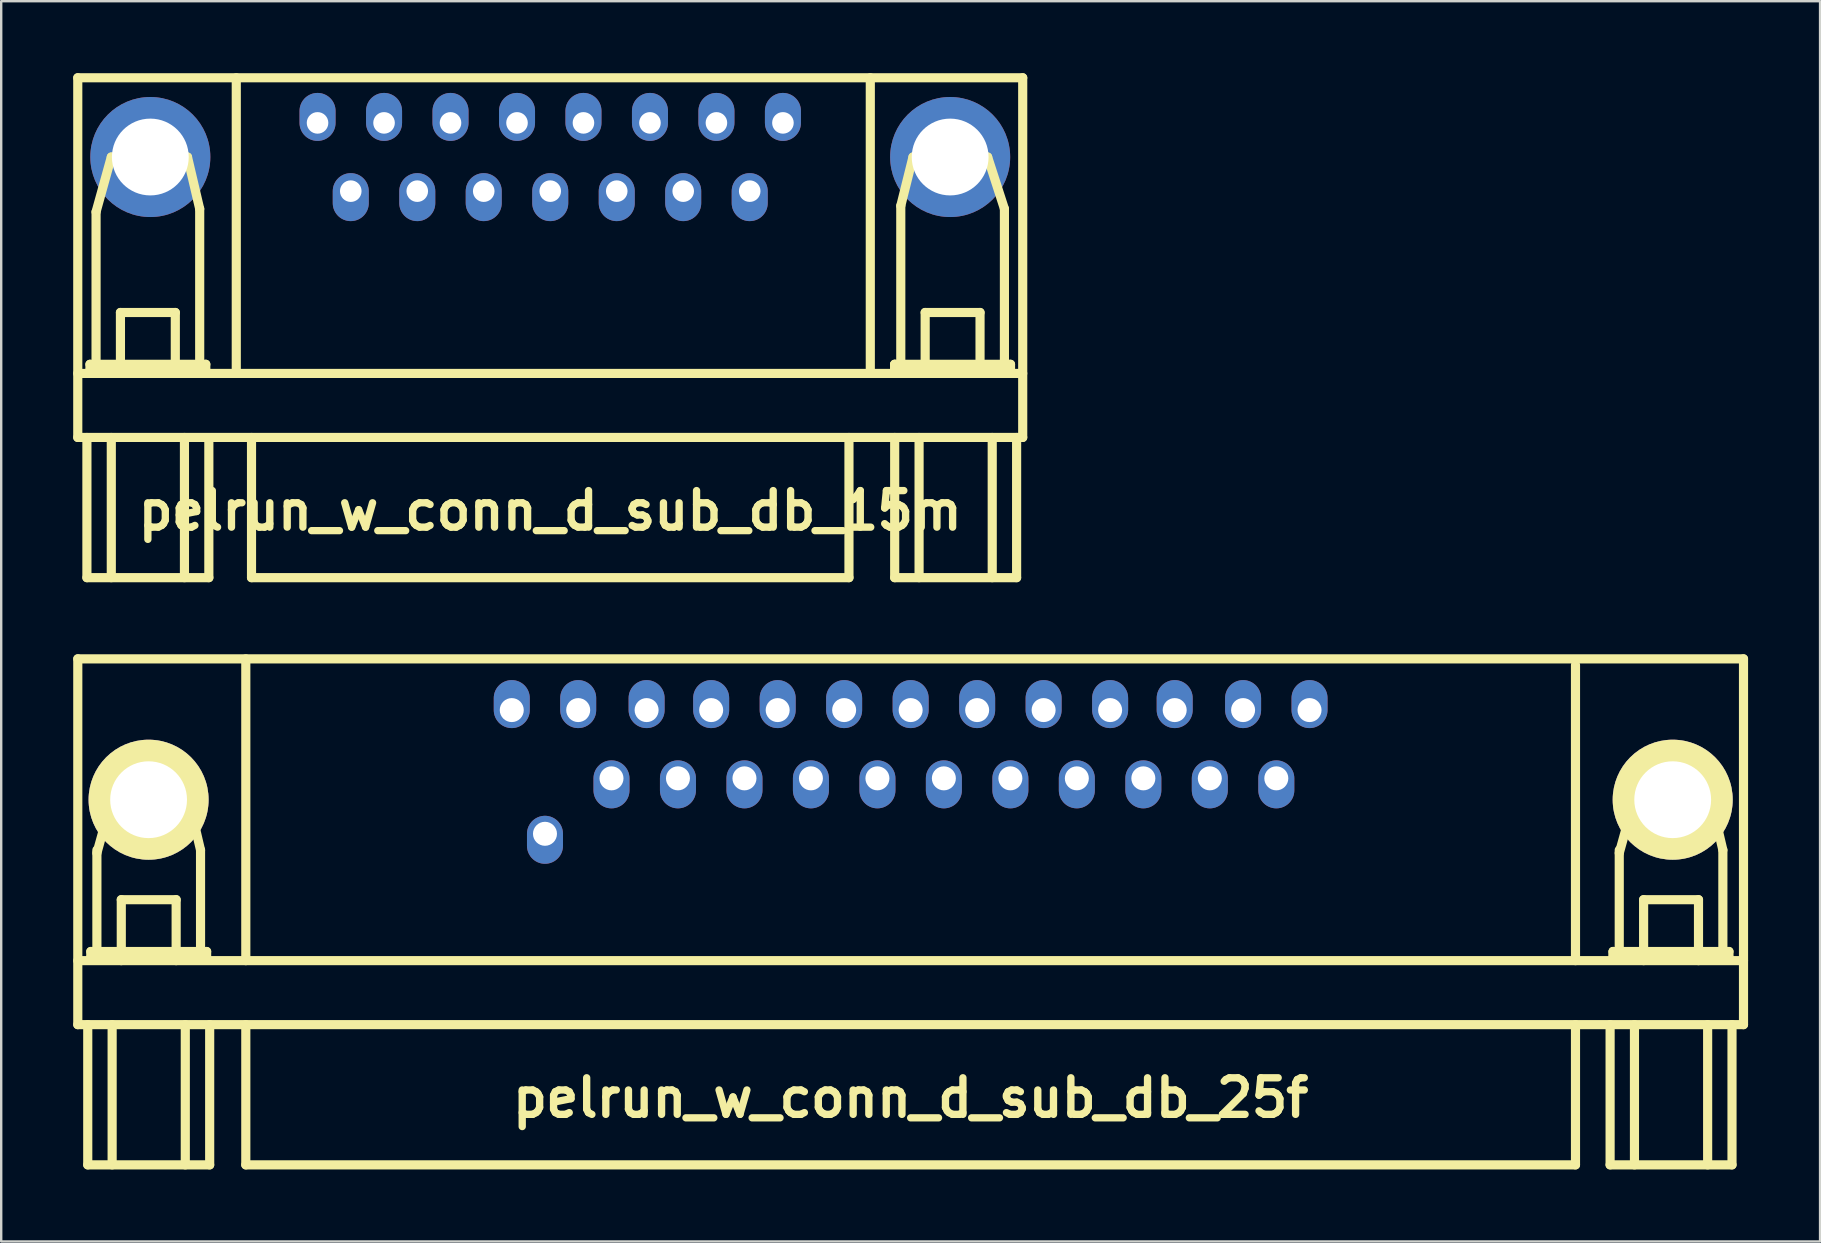
<source format=kicad_pcb>
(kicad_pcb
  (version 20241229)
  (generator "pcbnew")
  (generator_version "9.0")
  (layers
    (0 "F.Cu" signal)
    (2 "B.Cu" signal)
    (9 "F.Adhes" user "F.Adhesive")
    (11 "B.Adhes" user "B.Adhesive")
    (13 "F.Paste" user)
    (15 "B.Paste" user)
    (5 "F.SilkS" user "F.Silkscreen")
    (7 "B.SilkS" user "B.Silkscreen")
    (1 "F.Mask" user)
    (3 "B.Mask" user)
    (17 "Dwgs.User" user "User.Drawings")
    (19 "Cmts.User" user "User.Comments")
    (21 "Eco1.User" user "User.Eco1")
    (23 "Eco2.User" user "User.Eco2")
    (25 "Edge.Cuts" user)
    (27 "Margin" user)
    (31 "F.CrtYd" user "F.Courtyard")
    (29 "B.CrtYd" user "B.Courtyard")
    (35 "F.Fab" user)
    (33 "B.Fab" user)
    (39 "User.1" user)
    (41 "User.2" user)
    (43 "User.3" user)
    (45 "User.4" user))
  (footprint "pelrun_w_conn_d_sub_db_25f"
    (layer "F.Cu")
    (at 34.891 35.069)
    (property "Reference" "pelrun_w_conn_d_sub_db_25f" (at 0 7.62 0) (layer "F.SilkS") (effects (font (size 1.524 1.524) (thickness 0.305))))
    (attr through_hole)
    (fp_line (start -34.7 -10.67) (end -34.7 4.572) (stroke (width 0.381) (type solid)) (layer "F.SilkS"))
    (fp_line (start -34.7 1.905) (end 34.7 1.905) (stroke (width 0.381) (type solid)) (layer "F.SilkS"))
    (fp_line (start -34.285 4.572) (end -34.285 10.414) (stroke (width 0.381) (type solid)) (layer "F.SilkS"))
    (fp_line (start -34.285 10.414) (end -29.205 10.414) (stroke (width 0.381) (type solid)) (layer "F.SilkS"))
    (fp_line (start -34.158 1.524) (end -34.158 1.778) (stroke (width 0.381) (type solid)) (layer "F.SilkS"))
    (fp_line (start -34.158 1.778) (end -29.332 1.778) (stroke (width 0.381) (type solid)) (layer "F.SilkS"))
    (fp_line (start -33.904 -2.576) (end -33.269 -4.862) (stroke (width 0.381) (type solid)) (layer "F.SilkS"))
    (fp_line (start -33.904 1.524) (end -33.904 -2.703) (stroke (width 0.381) (type solid)) (layer "F.SilkS"))
    (fp_line (start -33.269 -4.862) (end -30.094 -4.862) (stroke (width 0.381) (type solid)) (layer "F.SilkS"))
    (fp_line (start -33.269 4.572) (end -33.269 10.414) (stroke (width 0.381) (type solid)) (layer "F.SilkS"))
    (fp_line (start -32.888 -0.635) (end -30.602 -0.635) (stroke (width 0.381) (type solid)) (layer "F.SilkS"))
    (fp_line (start -32.888 1.905) (end -32.888 -0.635) (stroke (width 0.381) (type solid)) (layer "F.SilkS"))
    (fp_line (start -30.602 -0.635) (end -30.602 1.905) (stroke (width 0.381) (type solid)) (layer "F.SilkS"))
    (fp_line (start -30.221 4.572) (end -30.221 10.414) (stroke (width 0.381) (type solid)) (layer "F.SilkS"))
    (fp_line (start -30.094 -4.862) (end -29.586 -2.703) (stroke (width 0.381) (type solid)) (layer "F.SilkS"))
    (fp_line (start -29.586 -2.703) (end -29.586 1.524) (stroke (width 0.381) (type solid)) (layer "F.SilkS"))
    (fp_line (start -29.332 1.524) (end -34.158 1.524) (stroke (width 0.381) (type solid)) (layer "F.SilkS"))
    (fp_line (start -29.332 1.778) (end -29.332 1.524) (stroke (width 0.381) (type solid)) (layer "F.SilkS"))
    (fp_line (start -29.205 4.572) (end -29.205 10.414) (stroke (width 0.381) (type solid)) (layer "F.SilkS"))
    (fp_line (start -27.7 1.905) (end -27.7 -10.668) (stroke (width 0.381) (type solid)) (layer "F.SilkS"))
    (fp_line (start -27.7 4.572) (end -27.7 10.414) (stroke (width 0.381) (type solid)) (layer "F.SilkS"))
    (fp_line (start 27.7 1.905) (end 27.7 -10.414) (stroke (width 0.381) (type solid)) (layer "F.SilkS"))
    (fp_line (start 27.7 10.414) (end -27.7 10.414) (stroke (width 0.381) (type solid)) (layer "F.SilkS"))
    (fp_line (start 27.7 10.414) (end 27.7 4.572) (stroke (width 0.381) (type solid)) (layer "F.SilkS"))
    (fp_line (start 29.142 4.572) (end 29.142 10.414) (stroke (width 0.381) (type solid)) (layer "F.SilkS"))
    (fp_line (start 29.142 10.414) (end 34.221 10.414) (stroke (width 0.381) (type solid)) (layer "F.SilkS"))
    (fp_line (start 29.268 1.524) (end 29.268 1.778) (stroke (width 0.381) (type solid)) (layer "F.SilkS"))
    (fp_line (start 29.268 1.524) (end 29.268 1.778) (stroke (width 0.381) (type solid)) (layer "F.SilkS"))
    (fp_line (start 29.268 1.778) (end 34.094 1.778) (stroke (width 0.381) (type solid)) (layer "F.SilkS"))
    (fp_line (start 29.523 -2.576) (end 30.157 -4.862) (stroke (width 0.381) (type solid)) (layer "F.SilkS"))
    (fp_line (start 29.523 1.524) (end 29.523 -2.703) (stroke (width 0.381) (type solid)) (layer "F.SilkS"))
    (fp_line (start 30.157 -4.862) (end 33.333 -4.862) (stroke (width 0.381) (type solid)) (layer "F.SilkS"))
    (fp_line (start 30.157 4.572) (end 30.157 10.414) (stroke (width 0.381) (type solid)) (layer "F.SilkS"))
    (fp_line (start 30.538 -0.635) (end 32.825 -0.635) (stroke (width 0.381) (type solid)) (layer "F.SilkS"))
    (fp_line (start 30.538 1.905) (end 30.538 -0.635) (stroke (width 0.381) (type solid)) (layer "F.SilkS"))
    (fp_line (start 32.825 -0.635) (end 32.825 1.905) (stroke (width 0.381) (type solid)) (layer "F.SilkS"))
    (fp_line (start 33.206 4.572) (end 33.206 10.414) (stroke (width 0.381) (type solid)) (layer "F.SilkS"))
    (fp_line (start 33.333 -4.862) (end 33.84 -2.703) (stroke (width 0.381) (type solid)) (layer "F.SilkS"))
    (fp_line (start 33.84 -2.703) (end 33.84 1.524) (stroke (width 0.381) (type solid)) (layer "F.SilkS"))
    (fp_line (start 34.094 1.524) (end 29.268 1.524) (stroke (width 0.381) (type solid)) (layer "F.SilkS"))
    (fp_line (start 34.094 1.778) (end 34.094 1.524) (stroke (width 0.381) (type solid)) (layer "F.SilkS"))
    (fp_line (start 34.221 4.572) (end 34.221 10.414) (stroke (width 0.381) (type solid)) (layer "F.SilkS"))
    (fp_line (start 34.7 -10.67) (end 34.7 4.572) (stroke (width 0.381) (type solid)) (layer "F.SilkS"))
    (fp_line (start 34.7 -10.668) (end -34.7 -10.668) (stroke (width 0.381) (type solid)) (layer "F.SilkS"))
    (fp_line (start 34.7 4.572) (end -34.7 4.572) (stroke (width 0.381) (type solid)) (layer "F.SilkS"))
    (pad "" thru_hole circle (at -31.75 -4.8) (size 5 5) (drill 3.2) (layers "*.Cu" "*.Mask" "F.SilkS"))
    (pad "" thru_hole circle (at 31.75 -4.8) (size 5 5) (drill 3.2) (layers "*.Cu" "*.Mask" "F.SilkS"))
    (pad "1" thru_hole oval (at 16.619 -8.534) (size 1.5 2) (drill 1 (offset 0 -0.25)) (layers "*.Cu" "*.Mask"))
    (pad "2" thru_hole oval (at 13.851 -8.534) (size 1.5 2) (drill 1 (offset 0 -0.25)) (layers "*.Cu" "*.Mask"))
    (pad "3" thru_hole oval (at 11.001 -8.534) (size 1.5 2) (drill 1 (offset 0 -0.25)) (layers "*.Cu" "*.Mask"))
    (pad "4" thru_hole oval (at 8.311 -8.534) (size 1.5 2) (drill 1 (offset 0 -0.25)) (layers "*.Cu" "*.Mask"))
    (pad "5" thru_hole oval (at 5.54 -8.534) (size 1.5 2) (drill 1 (offset 0 -0.25)) (layers "*.Cu" "*.Mask"))
    (pad "6" thru_hole oval (at 2.771 -8.534) (size 1.5 2) (drill 1 (offset 0 -0.25)) (layers "*.Cu" "*.Mask"))
    (pad "7" thru_hole oval (at 0 -8.534) (size 1.5 2) (drill 1 (offset 0 -0.25)) (layers "*.Cu" "*.Mask"))
    (pad "8" thru_hole oval (at -2.771 -8.534) (size 1.5 2) (drill 1 (offset 0 -0.25)) (layers "*.Cu" "*.Mask"))
    (pad "9" thru_hole oval (at -5.54 -8.534) (size 1.5 2) (drill 1 (offset 0 -0.25)) (layers "*.Cu" "*.Mask"))
    (pad "10" thru_hole oval (at -8.311 -8.534) (size 1.5 2) (drill 1 (offset 0 -0.25)) (layers "*.Cu" "*.Mask"))
    (pad "11" thru_hole oval (at -11.001 -8.534) (size 1.5 2) (drill 1 (offset 0 -0.25)) (layers "*.Cu" "*.Mask"))
    (pad "12" thru_hole oval (at -13.851 -8.534) (size 1.5 2) (drill 1 (offset 0 -0.25)) (layers "*.Cu" "*.Mask"))
    (pad "13" thru_hole oval (at -16.619 -8.534) (size 1.5 2) (drill 1 (offset 0 -0.25)) (layers "*.Cu" "*.Mask"))
    (pad "14" thru_hole oval (at 15.235 -5.69) (size 1.5 2) (drill 1 (offset 0 0.25)) (layers "*.Cu" "*.Mask"))
    (pad "15" thru_hole oval (at 12.464 -5.69) (size 1.5 2) (drill 1 (offset 0 0.25)) (layers "*.Cu" "*.Mask"))
    (pad "16" thru_hole oval (at 9.695 -5.69) (size 1.5 2) (drill 1 (offset 0 0.25)) (layers "*.Cu" "*.Mask"))
    (pad "17" thru_hole oval (at 6.924 -5.69) (size 1.5 2) (drill 1 (offset 0 0.25)) (layers "*.Cu" "*.Mask"))
    (pad "18" thru_hole oval (at 4.155 -5.69) (size 1.5 2) (drill 1 (offset 0 0.25)) (layers "*.Cu" "*.Mask"))
    (pad "19" thru_hole oval (at 1.384 -5.69) (size 1.5 2) (drill 1 (offset 0 0.25)) (layers "*.Cu" "*.Mask"))
    (pad "20" thru_hole oval (at -1.384 -5.69) (size 1.5 2) (drill 1 (offset 0 0.25)) (layers "*.Cu" "*.Mask"))
    (pad "21" thru_hole oval (at -4.155 -5.69) (size 1.5 2) (drill 1 (offset 0 0.25)) (layers "*.Cu" "*.Mask"))
    (pad "22" thru_hole oval (at -6.924 -5.69) (size 1.5 2) (drill 1 (offset 0 0.25)) (layers "*.Cu" "*.Mask"))
    (pad "23" thru_hole oval (at -9.695 -5.69) (size 1.5 2) (drill 1 (offset 0 0.25)) (layers "*.Cu" "*.Mask"))
    (pad "24" thru_hole oval (at -12.464 -5.69) (size 1.5 2) (drill 1 (offset 0 0.25)) (layers "*.Cu" "*.Mask"))
    (pad "25" thru_hole oval (at -15.235 -3.38) (size 1.5 2) (drill 1 (offset 0 0.25)) (layers "*.Cu" "*.Mask")))
  (footprint "pelrun_w_conn_d_sub_db_15m"
    (layer "F.Cu")
    (at 19.875 10.604)
    (property "Reference" "pelrun_w_conn_d_sub_db_15m" (at 0 7.62 0) (layer "F.SilkS") (effects (font (size 1.524 1.524) (thickness 0.305))))
    (attr through_hole)
    (fp_line (start -19.685 -10.414) (end -19.685 4.572) (stroke (width 0.381) (type solid)) (layer "F.SilkS"))
    (fp_line (start -19.685 4.572) (end 19.685 4.572) (stroke (width 0.381) (type solid)) (layer "F.SilkS"))
    (fp_line (start -19.304 4.572) (end -19.304 10.414) (stroke (width 0.381) (type solid)) (layer "F.SilkS"))
    (fp_line (start -19.304 10.414) (end -14.224 10.414) (stroke (width 0.381) (type solid)) (layer "F.SilkS"))
    (fp_line (start -19.177 1.524) (end -19.177 1.778) (stroke (width 0.381) (type solid)) (layer "F.SilkS"))
    (fp_line (start -19.177 1.778) (end -14.351 1.778) (stroke (width 0.381) (type solid)) (layer "F.SilkS"))
    (fp_line (start -18.923 -4.826) (end -18.288 -7.112) (stroke (width 0.381) (type solid)) (layer "F.SilkS"))
    (fp_line (start -18.923 1.524) (end -18.923 -4.826) (stroke (width 0.381) (type solid)) (layer "F.SilkS"))
    (fp_line (start -18.288 -7.112) (end -15.113 -7.112) (stroke (width 0.381) (type solid)) (layer "F.SilkS"))
    (fp_line (start -18.288 4.572) (end -18.288 10.414) (stroke (width 0.381) (type solid)) (layer "F.SilkS"))
    (fp_line (start -17.907 -0.635) (end -15.621 -0.635) (stroke (width 0.381) (type solid)) (layer "F.SilkS"))
    (fp_line (start -17.907 1.905) (end -17.907 -0.635) (stroke (width 0.381) (type solid)) (layer "F.SilkS"))
    (fp_line (start -15.621 -0.635) (end -15.621 1.905) (stroke (width 0.381) (type solid)) (layer "F.SilkS"))
    (fp_line (start -15.24 4.572) (end -15.24 10.414) (stroke (width 0.381) (type solid)) (layer "F.SilkS"))
    (fp_line (start -15.113 -7.112) (end -14.605 -4.953) (stroke (width 0.381) (type solid)) (layer "F.SilkS"))
    (fp_line (start -14.605 -4.953) (end -14.605 1.524) (stroke (width 0.381) (type solid)) (layer "F.SilkS"))
    (fp_line (start -14.351 1.524) (end -19.177 1.524) (stroke (width 0.381) (type solid)) (layer "F.SilkS"))
    (fp_line (start -14.351 1.778) (end -14.351 1.524) (stroke (width 0.381) (type solid)) (layer "F.SilkS"))
    (fp_line (start -14.224 10.414) (end -14.224 4.699) (stroke (width 0.381) (type solid)) (layer "F.SilkS"))
    (fp_line (start -13.081 1.905) (end -13.081 -10.414) (stroke (width 0.381) (type solid)) (layer "F.SilkS"))
    (fp_line (start -12.446 4.572) (end -12.446 10.414) (stroke (width 0.381) (type solid)) (layer "F.SilkS"))
    (fp_line (start 12.446 10.414) (end -12.446 10.414) (stroke (width 0.381) (type solid)) (layer "F.SilkS"))
    (fp_line (start 12.446 10.414) (end 12.446 4.572) (stroke (width 0.381) (type solid)) (layer "F.SilkS"))
    (fp_line (start 13.335 1.905) (end 13.335 -10.414) (stroke (width 0.381) (type solid)) (layer "F.SilkS"))
    (fp_line (start 14.351 1.524) (end 14.351 1.778) (stroke (width 0.381) (type solid)) (layer "F.SilkS"))
    (fp_line (start 14.351 1.524) (end 14.351 1.778) (stroke (width 0.381) (type solid)) (layer "F.SilkS"))
    (fp_line (start 14.351 1.778) (end 19.177 1.778) (stroke (width 0.381) (type solid)) (layer "F.SilkS"))
    (fp_line (start 14.351 4.572) (end 14.351 10.414) (stroke (width 0.381) (type solid)) (layer "F.SilkS"))
    (fp_line (start 14.351 10.414) (end 19.431 10.414) (stroke (width 0.381) (type solid)) (layer "F.SilkS"))
    (fp_line (start 14.605 1.524) (end 14.605 -5.08) (stroke (width 0.381) (type solid)) (layer "F.SilkS"))
    (fp_line (start 15.113 -7.112) (end 14.605 -5.08) (stroke (width 0.381) (type solid)) (layer "F.SilkS"))
    (fp_line (start 15.367 4.572) (end 15.367 10.414) (stroke (width 0.381) (type solid)) (layer "F.SilkS"))
    (fp_line (start 15.621 -0.635) (end 17.907 -0.635) (stroke (width 0.381) (type solid)) (layer "F.SilkS"))
    (fp_line (start 15.621 1.905) (end 15.621 -0.635) (stroke (width 0.381) (type solid)) (layer "F.SilkS"))
    (fp_line (start 17.907 -0.635) (end 17.907 1.905) (stroke (width 0.381) (type solid)) (layer "F.SilkS"))
    (fp_line (start 18.224 -7.112) (end 15.113 -7.112) (stroke (width 0.381) (type solid)) (layer "F.SilkS"))
    (fp_line (start 18.415 4.572) (end 18.415 10.414) (stroke (width 0.381) (type solid)) (layer "F.SilkS"))
    (fp_line (start 18.923 -4.953) (end 18.224 -7.112) (stroke (width 0.381) (type solid)) (layer "F.SilkS"))
    (fp_line (start 18.923 -4.953) (end 18.923 1.524) (stroke (width 0.381) (type solid)) (layer "F.SilkS"))
    (fp_line (start 19.177 1.524) (end 14.351 1.524) (stroke (width 0.381) (type solid)) (layer "F.SilkS"))
    (fp_line (start 19.177 1.778) (end 19.177 1.524) (stroke (width 0.381) (type solid)) (layer "F.SilkS"))
    (fp_line (start 19.431 4.572) (end 19.431 10.414) (stroke (width 0.381) (type solid)) (layer "F.SilkS"))
    (fp_line (start 19.685 -10.414) (end -19.685 -10.414) (stroke (width 0.381) (type solid)) (layer "F.SilkS"))
    (fp_line (start 19.685 1.905) (end -19.685 1.905) (stroke (width 0.381) (type solid)) (layer "F.SilkS"))
    (fp_line (start 19.685 4.572) (end 19.685 -10.414) (stroke (width 0.381) (type solid)) (layer "F.SilkS"))
    (pad "" thru_hole circle (at -16.662 -7.112) (size 5.001 5.001) (drill 3.2) (layers "*.Cu" "*.Mask"))
    (pad "" thru_hole circle (at 16.662 -7.112) (size 5.001 5.001) (drill 3.2) (layers "*.Cu" "*.Mask"))
    (pad "1" thru_hole oval (at -9.695 -8.534) (size 1.501 1.999) (drill 0.899 (offset 0 -0.249)) (layers "*.Cu" "*.Mask"))
    (pad "2" thru_hole oval (at -6.924 -8.534) (size 1.501 1.999) (drill 0.899 (offset 0 -0.249)) (layers "*.Cu" "*.Mask"))
    (pad "3" thru_hole oval (at -4.155 -8.534) (size 1.501 1.999) (drill 0.899 (offset 0 -0.249)) (layers "*.Cu" "*.Mask"))
    (pad "4" thru_hole oval (at -1.384 -8.534) (size 1.501 1.999) (drill 0.899 (offset 0 -0.249)) (layers "*.Cu" "*.Mask"))
    (pad "5" thru_hole oval (at 1.384 -8.534) (size 1.501 1.999) (drill 0.899 (offset 0 -0.249)) (layers "*.Cu" "*.Mask"))
    (pad "6" thru_hole oval (at 4.155 -8.534) (size 1.501 1.999) (drill 0.899 (offset 0 -0.249)) (layers "*.Cu" "*.Mask"))
    (pad "7" thru_hole oval (at 6.924 -8.534) (size 1.501 1.999) (drill 0.899 (offset 0 -0.249)) (layers "*.Cu" "*.Mask"))
    (pad "8" thru_hole oval (at 9.695 -8.534) (size 1.501 1.999) (drill 0.899 (offset 0 -0.249)) (layers "*.Cu" "*.Mask"))
    (pad "9" thru_hole oval (at -8.311 -5.69) (size 1.501 1.999) (drill 0.899 (offset 0 0.249)) (layers "*.Cu" "*.Mask"))
    (pad "10" thru_hole oval (at -5.54 -5.69) (size 1.501 1.999) (drill 0.899 (offset 0 0.249)) (layers "*.Cu" "*.Mask"))
    (pad "11" thru_hole oval (at -2.771 -5.69) (size 1.501 1.999) (drill 0.899 (offset 0 0.249)) (layers "*.Cu" "*.Mask"))
    (pad "12" thru_hole oval (at 0 -5.69) (size 1.501 1.999) (drill 0.899 (offset 0 0.249)) (layers "*.Cu" "*.Mask"))
    (pad "13" thru_hole oval (at 2.771 -5.69) (size 1.501 1.999) (drill 0.899 (offset 0 0.249)) (layers "*.Cu" "*.Mask"))
    (pad "14" thru_hole oval (at 5.54 -5.69) (size 1.501 1.999) (drill 0.899 (offset 0 0.249)) (layers "*.Cu" "*.Mask"))
    (pad "15" thru_hole oval (at 8.311 -5.69) (size 1.501 1.999) (drill 0.899 (offset 0 0.249)) (layers "*.Cu" "*.Mask")))
  (gr_rect
    (start -3 -3)
    (end 72.781 48.674)
    (stroke (width 0.1) (type default))
    (fill no)
    (layer "Edge.Cuts")))
</source>
